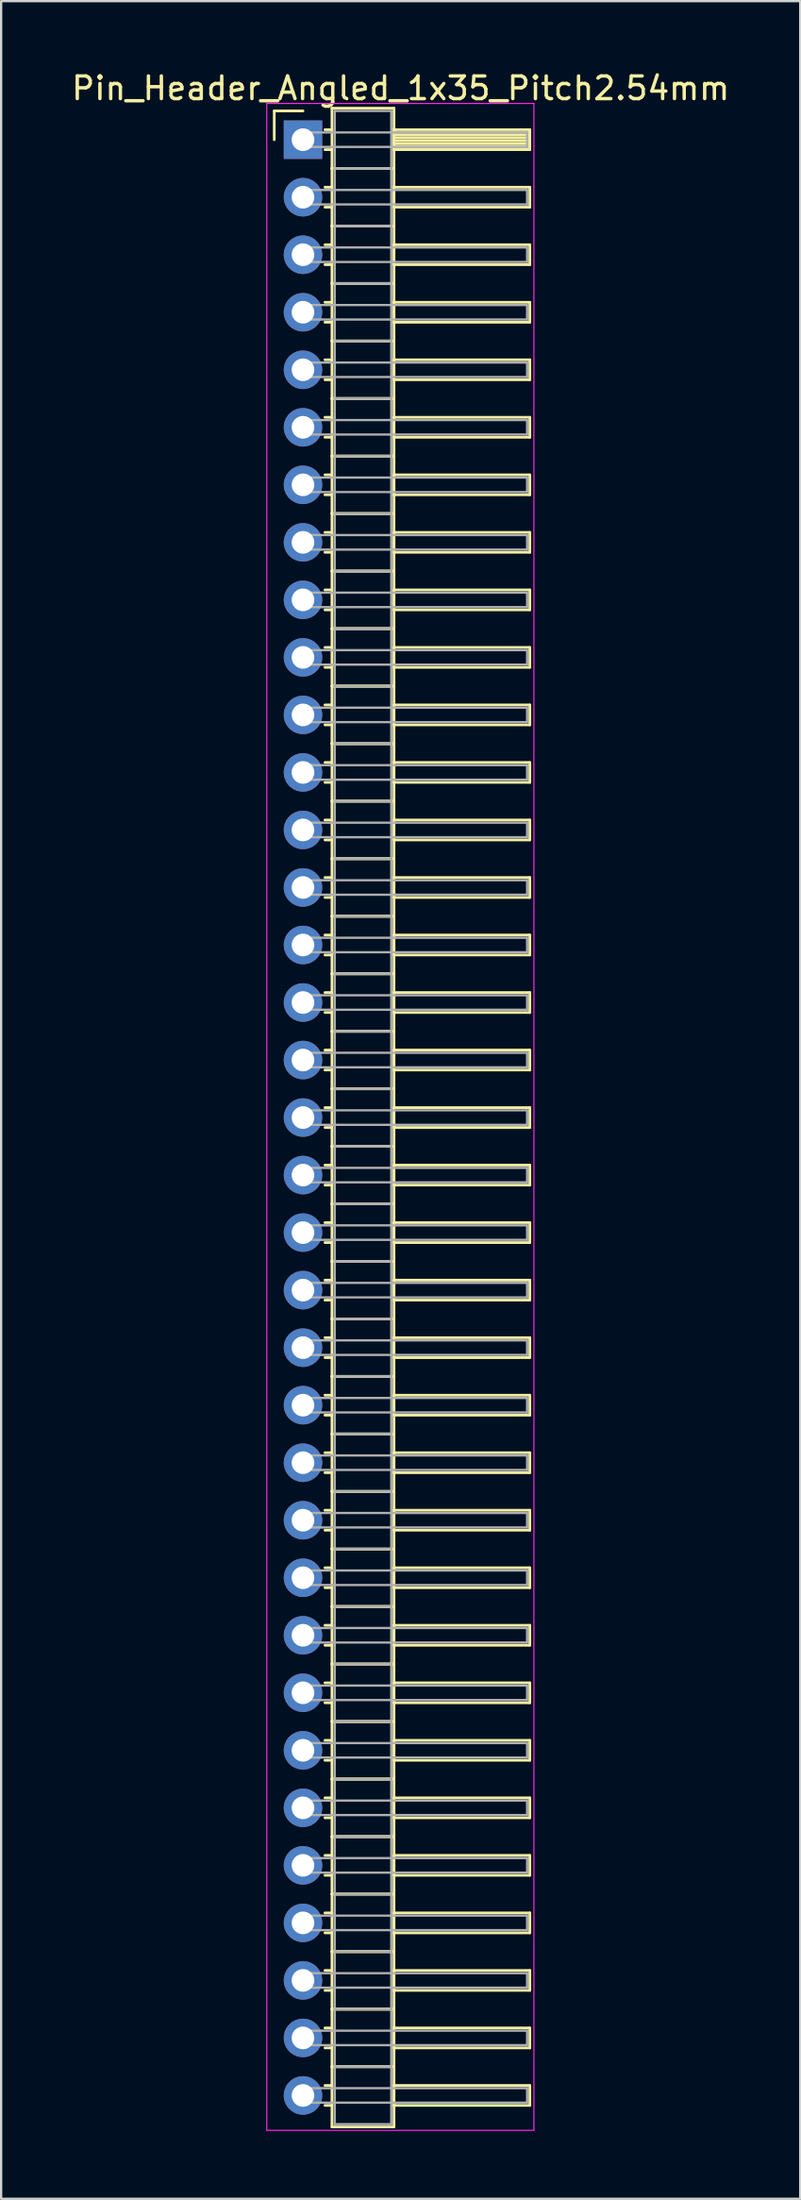
<source format=kicad_pcb>
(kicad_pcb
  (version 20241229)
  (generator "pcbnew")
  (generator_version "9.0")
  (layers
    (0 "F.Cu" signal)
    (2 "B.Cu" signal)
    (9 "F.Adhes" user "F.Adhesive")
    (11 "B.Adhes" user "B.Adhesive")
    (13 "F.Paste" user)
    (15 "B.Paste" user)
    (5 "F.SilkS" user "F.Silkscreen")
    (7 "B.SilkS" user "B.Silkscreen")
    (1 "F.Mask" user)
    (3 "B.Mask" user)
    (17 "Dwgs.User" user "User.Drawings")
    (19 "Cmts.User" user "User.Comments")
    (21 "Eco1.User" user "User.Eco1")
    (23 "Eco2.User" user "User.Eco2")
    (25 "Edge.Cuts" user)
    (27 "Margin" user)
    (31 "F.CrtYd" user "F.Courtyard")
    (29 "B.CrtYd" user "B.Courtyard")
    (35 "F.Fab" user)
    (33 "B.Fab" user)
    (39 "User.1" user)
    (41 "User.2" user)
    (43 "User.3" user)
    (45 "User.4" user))
  (footprint "Pin_Header_Angled_1x35_Pitch2.54mm"
    (layer "F.Cu")
    (at 10.334 3.118)
    (property "Reference" "Pin_Header_Angled_1x35_Pitch2.54mm" (at 4.315 -2.27 0) (layer "F.SilkS") (effects (font (size 1 1) (thickness 0.15))))
    (attr through_hole)
    (fp_line (start -1.27 -1.27) (end 0 -1.27) (stroke (width 0.12) (type solid)) (layer "F.SilkS"))
    (fp_line (start -1.27 0) (end -1.27 -1.27) (stroke (width 0.12) (type solid)) (layer "F.SilkS"))
    (fp_line (start 0.97 -0.44) (end 1.28 -0.44) (stroke (width 0.12) (type solid)) (layer "F.SilkS"))
    (fp_line (start 0.97 0.44) (end 1.28 0.44) (stroke (width 0.12) (type solid)) (layer "F.SilkS"))
    (fp_line (start 0.97 2.1) (end 1.28 2.1) (stroke (width 0.12) (type solid)) (layer "F.SilkS"))
    (fp_line (start 0.97 2.98) (end 1.28 2.98) (stroke (width 0.12) (type solid)) (layer "F.SilkS"))
    (fp_line (start 0.97 4.64) (end 1.28 4.64) (stroke (width 0.12) (type solid)) (layer "F.SilkS"))
    (fp_line (start 0.97 5.52) (end 1.28 5.52) (stroke (width 0.12) (type solid)) (layer "F.SilkS"))
    (fp_line (start 0.97 7.18) (end 1.28 7.18) (stroke (width 0.12) (type solid)) (layer "F.SilkS"))
    (fp_line (start 0.97 8.06) (end 1.28 8.06) (stroke (width 0.12) (type solid)) (layer "F.SilkS"))
    (fp_line (start 0.97 9.72) (end 1.28 9.72) (stroke (width 0.12) (type solid)) (layer "F.SilkS"))
    (fp_line (start 0.97 10.6) (end 1.28 10.6) (stroke (width 0.12) (type solid)) (layer "F.SilkS"))
    (fp_line (start 0.97 12.26) (end 1.28 12.26) (stroke (width 0.12) (type solid)) (layer "F.SilkS"))
    (fp_line (start 0.97 13.14) (end 1.28 13.14) (stroke (width 0.12) (type solid)) (layer "F.SilkS"))
    (fp_line (start 0.97 14.8) (end 1.28 14.8) (stroke (width 0.12) (type solid)) (layer "F.SilkS"))
    (fp_line (start 0.97 15.68) (end 1.28 15.68) (stroke (width 0.12) (type solid)) (layer "F.SilkS"))
    (fp_line (start 0.97 17.34) (end 1.28 17.34) (stroke (width 0.12) (type solid)) (layer "F.SilkS"))
    (fp_line (start 0.97 18.22) (end 1.28 18.22) (stroke (width 0.12) (type solid)) (layer "F.SilkS"))
    (fp_line (start 0.97 19.88) (end 1.28 19.88) (stroke (width 0.12) (type solid)) (layer "F.SilkS"))
    (fp_line (start 0.97 20.76) (end 1.28 20.76) (stroke (width 0.12) (type solid)) (layer "F.SilkS"))
    (fp_line (start 0.97 22.42) (end 1.28 22.42) (stroke (width 0.12) (type solid)) (layer "F.SilkS"))
    (fp_line (start 0.97 23.3) (end 1.28 23.3) (stroke (width 0.12) (type solid)) (layer "F.SilkS"))
    (fp_line (start 0.97 24.96) (end 1.28 24.96) (stroke (width 0.12) (type solid)) (layer "F.SilkS"))
    (fp_line (start 0.97 25.84) (end 1.28 25.84) (stroke (width 0.12) (type solid)) (layer "F.SilkS"))
    (fp_line (start 0.97 27.5) (end 1.28 27.5) (stroke (width 0.12) (type solid)) (layer "F.SilkS"))
    (fp_line (start 0.97 28.38) (end 1.28 28.38) (stroke (width 0.12) (type solid)) (layer "F.SilkS"))
    (fp_line (start 0.97 30.04) (end 1.28 30.04) (stroke (width 0.12) (type solid)) (layer "F.SilkS"))
    (fp_line (start 0.97 30.92) (end 1.28 30.92) (stroke (width 0.12) (type solid)) (layer "F.SilkS"))
    (fp_line (start 0.97 32.58) (end 1.28 32.58) (stroke (width 0.12) (type solid)) (layer "F.SilkS"))
    (fp_line (start 0.97 33.46) (end 1.28 33.46) (stroke (width 0.12) (type solid)) (layer "F.SilkS"))
    (fp_line (start 0.97 35.12) (end 1.28 35.12) (stroke (width 0.12) (type solid)) (layer "F.SilkS"))
    (fp_line (start 0.97 36) (end 1.28 36) (stroke (width 0.12) (type solid)) (layer "F.SilkS"))
    (fp_line (start 0.97 37.66) (end 1.28 37.66) (stroke (width 0.12) (type solid)) (layer "F.SilkS"))
    (fp_line (start 0.97 38.54) (end 1.28 38.54) (stroke (width 0.12) (type solid)) (layer "F.SilkS"))
    (fp_line (start 0.97 40.2) (end 1.28 40.2) (stroke (width 0.12) (type solid)) (layer "F.SilkS"))
    (fp_line (start 0.97 41.08) (end 1.28 41.08) (stroke (width 0.12) (type solid)) (layer "F.SilkS"))
    (fp_line (start 0.97 42.74) (end 1.28 42.74) (stroke (width 0.12) (type solid)) (layer "F.SilkS"))
    (fp_line (start 0.97 43.62) (end 1.28 43.62) (stroke (width 0.12) (type solid)) (layer "F.SilkS"))
    (fp_line (start 0.97 45.28) (end 1.28 45.28) (stroke (width 0.12) (type solid)) (layer "F.SilkS"))
    (fp_line (start 0.97 46.16) (end 1.28 46.16) (stroke (width 0.12) (type solid)) (layer "F.SilkS"))
    (fp_line (start 0.97 47.82) (end 1.28 47.82) (stroke (width 0.12) (type solid)) (layer "F.SilkS"))
    (fp_line (start 0.97 48.7) (end 1.28 48.7) (stroke (width 0.12) (type solid)) (layer "F.SilkS"))
    (fp_line (start 0.97 50.36) (end 1.28 50.36) (stroke (width 0.12) (type solid)) (layer "F.SilkS"))
    (fp_line (start 0.97 51.24) (end 1.28 51.24) (stroke (width 0.12) (type solid)) (layer "F.SilkS"))
    (fp_line (start 0.97 52.9) (end 1.28 52.9) (stroke (width 0.12) (type solid)) (layer "F.SilkS"))
    (fp_line (start 0.97 53.78) (end 1.28 53.78) (stroke (width 0.12) (type solid)) (layer "F.SilkS"))
    (fp_line (start 0.97 55.44) (end 1.28 55.44) (stroke (width 0.12) (type solid)) (layer "F.SilkS"))
    (fp_line (start 0.97 56.32) (end 1.28 56.32) (stroke (width 0.12) (type solid)) (layer "F.SilkS"))
    (fp_line (start 0.97 57.98) (end 1.28 57.98) (stroke (width 0.12) (type solid)) (layer "F.SilkS"))
    (fp_line (start 0.97 58.86) (end 1.28 58.86) (stroke (width 0.12) (type solid)) (layer "F.SilkS"))
    (fp_line (start 0.97 60.52) (end 1.28 60.52) (stroke (width 0.12) (type solid)) (layer "F.SilkS"))
    (fp_line (start 0.97 61.4) (end 1.28 61.4) (stroke (width 0.12) (type solid)) (layer "F.SilkS"))
    (fp_line (start 0.97 63.06) (end 1.28 63.06) (stroke (width 0.12) (type solid)) (layer "F.SilkS"))
    (fp_line (start 0.97 63.94) (end 1.28 63.94) (stroke (width 0.12) (type solid)) (layer "F.SilkS"))
    (fp_line (start 0.97 65.6) (end 1.28 65.6) (stroke (width 0.12) (type solid)) (layer "F.SilkS"))
    (fp_line (start 0.97 66.48) (end 1.28 66.48) (stroke (width 0.12) (type solid)) (layer "F.SilkS"))
    (fp_line (start 0.97 68.14) (end 1.28 68.14) (stroke (width 0.12) (type solid)) (layer "F.SilkS"))
    (fp_line (start 0.97 69.02) (end 1.28 69.02) (stroke (width 0.12) (type solid)) (layer "F.SilkS"))
    (fp_line (start 0.97 70.68) (end 1.28 70.68) (stroke (width 0.12) (type solid)) (layer "F.SilkS"))
    (fp_line (start 0.97 71.56) (end 1.28 71.56) (stroke (width 0.12) (type solid)) (layer "F.SilkS"))
    (fp_line (start 0.97 73.22) (end 1.28 73.22) (stroke (width 0.12) (type solid)) (layer "F.SilkS"))
    (fp_line (start 0.97 74.1) (end 1.28 74.1) (stroke (width 0.12) (type solid)) (layer "F.SilkS"))
    (fp_line (start 0.97 75.76) (end 1.28 75.76) (stroke (width 0.12) (type solid)) (layer "F.SilkS"))
    (fp_line (start 0.97 76.64) (end 1.28 76.64) (stroke (width 0.12) (type solid)) (layer "F.SilkS"))
    (fp_line (start 0.97 78.3) (end 1.28 78.3) (stroke (width 0.12) (type solid)) (layer "F.SilkS"))
    (fp_line (start 0.97 79.18) (end 1.28 79.18) (stroke (width 0.12) (type solid)) (layer "F.SilkS"))
    (fp_line (start 0.97 80.84) (end 1.28 80.84) (stroke (width 0.12) (type solid)) (layer "F.SilkS"))
    (fp_line (start 0.97 81.72) (end 1.28 81.72) (stroke (width 0.12) (type solid)) (layer "F.SilkS"))
    (fp_line (start 0.97 83.38) (end 1.28 83.38) (stroke (width 0.12) (type solid)) (layer "F.SilkS"))
    (fp_line (start 0.97 84.26) (end 1.28 84.26) (stroke (width 0.12) (type solid)) (layer "F.SilkS"))
    (fp_line (start 0.97 85.92) (end 1.28 85.92) (stroke (width 0.12) (type solid)) (layer "F.SilkS"))
    (fp_line (start 0.97 86.8) (end 1.28 86.8) (stroke (width 0.12) (type solid)) (layer "F.SilkS"))
    (fp_line (start 1.28 -1.39) (end 1.28 1.27) (stroke (width 0.12) (type solid)) (layer "F.SilkS"))
    (fp_line (start 1.28 1.27) (end 1.28 3.81) (stroke (width 0.12) (type solid)) (layer "F.SilkS"))
    (fp_line (start 1.28 1.27) (end 4.02 1.27) (stroke (width 0.12) (type solid)) (layer "F.SilkS"))
    (fp_line (start 1.28 3.81) (end 1.28 6.35) (stroke (width 0.12) (type solid)) (layer "F.SilkS"))
    (fp_line (start 1.28 3.81) (end 4.02 3.81) (stroke (width 0.12) (type solid)) (layer "F.SilkS"))
    (fp_line (start 1.28 6.35) (end 1.28 8.89) (stroke (width 0.12) (type solid)) (layer "F.SilkS"))
    (fp_line (start 1.28 6.35) (end 4.02 6.35) (stroke (width 0.12) (type solid)) (layer "F.SilkS"))
    (fp_line (start 1.28 8.89) (end 1.28 11.43) (stroke (width 0.12) (type solid)) (layer "F.SilkS"))
    (fp_line (start 1.28 8.89) (end 4.02 8.89) (stroke (width 0.12) (type solid)) (layer "F.SilkS"))
    (fp_line (start 1.28 11.43) (end 1.28 13.97) (stroke (width 0.12) (type solid)) (layer "F.SilkS"))
    (fp_line (start 1.28 11.43) (end 4.02 11.43) (stroke (width 0.12) (type solid)) (layer "F.SilkS"))
    (fp_line (start 1.28 13.97) (end 1.28 16.51) (stroke (width 0.12) (type solid)) (layer "F.SilkS"))
    (fp_line (start 1.28 13.97) (end 4.02 13.97) (stroke (width 0.12) (type solid)) (layer "F.SilkS"))
    (fp_line (start 1.28 16.51) (end 1.28 19.05) (stroke (width 0.12) (type solid)) (layer "F.SilkS"))
    (fp_line (start 1.28 16.51) (end 4.02 16.51) (stroke (width 0.12) (type solid)) (layer "F.SilkS"))
    (fp_line (start 1.28 19.05) (end 1.28 21.59) (stroke (width 0.12) (type solid)) (layer "F.SilkS"))
    (fp_line (start 1.28 19.05) (end 4.02 19.05) (stroke (width 0.12) (type solid)) (layer "F.SilkS"))
    (fp_line (start 1.28 21.59) (end 1.28 24.13) (stroke (width 0.12) (type solid)) (layer "F.SilkS"))
    (fp_line (start 1.28 21.59) (end 4.02 21.59) (stroke (width 0.12) (type solid)) (layer "F.SilkS"))
    (fp_line (start 1.28 24.13) (end 1.28 26.67) (stroke (width 0.12) (type solid)) (layer "F.SilkS"))
    (fp_line (start 1.28 24.13) (end 4.02 24.13) (stroke (width 0.12) (type solid)) (layer "F.SilkS"))
    (fp_line (start 1.28 26.67) (end 1.28 29.21) (stroke (width 0.12) (type solid)) (layer "F.SilkS"))
    (fp_line (start 1.28 26.67) (end 4.02 26.67) (stroke (width 0.12) (type solid)) (layer "F.SilkS"))
    (fp_line (start 1.28 29.21) (end 1.28 31.75) (stroke (width 0.12) (type solid)) (layer "F.SilkS"))
    (fp_line (start 1.28 29.21) (end 4.02 29.21) (stroke (width 0.12) (type solid)) (layer "F.SilkS"))
    (fp_line (start 1.28 31.75) (end 1.28 34.29) (stroke (width 0.12) (type solid)) (layer "F.SilkS"))
    (fp_line (start 1.28 31.75) (end 4.02 31.75) (stroke (width 0.12) (type solid)) (layer "F.SilkS"))
    (fp_line (start 1.28 34.29) (end 1.28 36.83) (stroke (width 0.12) (type solid)) (layer "F.SilkS"))
    (fp_line (start 1.28 34.29) (end 4.02 34.29) (stroke (width 0.12) (type solid)) (layer "F.SilkS"))
    (fp_line (start 1.28 36.83) (end 1.28 39.37) (stroke (width 0.12) (type solid)) (layer "F.SilkS"))
    (fp_line (start 1.28 36.83) (end 4.02 36.83) (stroke (width 0.12) (type solid)) (layer "F.SilkS"))
    (fp_line (start 1.28 39.37) (end 1.28 41.91) (stroke (width 0.12) (type solid)) (layer "F.SilkS"))
    (fp_line (start 1.28 39.37) (end 4.02 39.37) (stroke (width 0.12) (type solid)) (layer "F.SilkS"))
    (fp_line (start 1.28 41.91) (end 1.28 44.45) (stroke (width 0.12) (type solid)) (layer "F.SilkS"))
    (fp_line (start 1.28 41.91) (end 4.02 41.91) (stroke (width 0.12) (type solid)) (layer "F.SilkS"))
    (fp_line (start 1.28 44.45) (end 1.28 46.99) (stroke (width 0.12) (type solid)) (layer "F.SilkS"))
    (fp_line (start 1.28 44.45) (end 4.02 44.45) (stroke (width 0.12) (type solid)) (layer "F.SilkS"))
    (fp_line (start 1.28 46.99) (end 1.28 49.53) (stroke (width 0.12) (type solid)) (layer "F.SilkS"))
    (fp_line (start 1.28 46.99) (end 4.02 46.99) (stroke (width 0.12) (type solid)) (layer "F.SilkS"))
    (fp_line (start 1.28 49.53) (end 1.28 52.07) (stroke (width 0.12) (type solid)) (layer "F.SilkS"))
    (fp_line (start 1.28 49.53) (end 4.02 49.53) (stroke (width 0.12) (type solid)) (layer "F.SilkS"))
    (fp_line (start 1.28 52.07) (end 1.28 54.61) (stroke (width 0.12) (type solid)) (layer "F.SilkS"))
    (fp_line (start 1.28 52.07) (end 4.02 52.07) (stroke (width 0.12) (type solid)) (layer "F.SilkS"))
    (fp_line (start 1.28 54.61) (end 1.28 57.15) (stroke (width 0.12) (type solid)) (layer "F.SilkS"))
    (fp_line (start 1.28 54.61) (end 4.02 54.61) (stroke (width 0.12) (type solid)) (layer "F.SilkS"))
    (fp_line (start 1.28 57.15) (end 1.28 59.69) (stroke (width 0.12) (type solid)) (layer "F.SilkS"))
    (fp_line (start 1.28 57.15) (end 4.02 57.15) (stroke (width 0.12) (type solid)) (layer "F.SilkS"))
    (fp_line (start 1.28 59.69) (end 1.28 62.23) (stroke (width 0.12) (type solid)) (layer "F.SilkS"))
    (fp_line (start 1.28 59.69) (end 4.02 59.69) (stroke (width 0.12) (type solid)) (layer "F.SilkS"))
    (fp_line (start 1.28 62.23) (end 1.28 64.77) (stroke (width 0.12) (type solid)) (layer "F.SilkS"))
    (fp_line (start 1.28 62.23) (end 4.02 62.23) (stroke (width 0.12) (type solid)) (layer "F.SilkS"))
    (fp_line (start 1.28 64.77) (end 1.28 67.31) (stroke (width 0.12) (type solid)) (layer "F.SilkS"))
    (fp_line (start 1.28 64.77) (end 4.02 64.77) (stroke (width 0.12) (type solid)) (layer "F.SilkS"))
    (fp_line (start 1.28 67.31) (end 1.28 69.85) (stroke (width 0.12) (type solid)) (layer "F.SilkS"))
    (fp_line (start 1.28 67.31) (end 4.02 67.31) (stroke (width 0.12) (type solid)) (layer "F.SilkS"))
    (fp_line (start 1.28 69.85) (end 1.28 72.39) (stroke (width 0.12) (type solid)) (layer "F.SilkS"))
    (fp_line (start 1.28 69.85) (end 4.02 69.85) (stroke (width 0.12) (type solid)) (layer "F.SilkS"))
    (fp_line (start 1.28 72.39) (end 1.28 74.93) (stroke (width 0.12) (type solid)) (layer "F.SilkS"))
    (fp_line (start 1.28 72.39) (end 4.02 72.39) (stroke (width 0.12) (type solid)) (layer "F.SilkS"))
    (fp_line (start 1.28 74.93) (end 1.28 77.47) (stroke (width 0.12) (type solid)) (layer "F.SilkS"))
    (fp_line (start 1.28 74.93) (end 4.02 74.93) (stroke (width 0.12) (type solid)) (layer "F.SilkS"))
    (fp_line (start 1.28 77.47) (end 1.28 80.01) (stroke (width 0.12) (type solid)) (layer "F.SilkS"))
    (fp_line (start 1.28 77.47) (end 4.02 77.47) (stroke (width 0.12) (type solid)) (layer "F.SilkS"))
    (fp_line (start 1.28 80.01) (end 1.28 82.55) (stroke (width 0.12) (type solid)) (layer "F.SilkS"))
    (fp_line (start 1.28 80.01) (end 4.02 80.01) (stroke (width 0.12) (type solid)) (layer "F.SilkS"))
    (fp_line (start 1.28 82.55) (end 1.28 85.09) (stroke (width 0.12) (type solid)) (layer "F.SilkS"))
    (fp_line (start 1.28 82.55) (end 4.02 82.55) (stroke (width 0.12) (type solid)) (layer "F.SilkS"))
    (fp_line (start 1.28 85.09) (end 1.28 87.75) (stroke (width 0.12) (type solid)) (layer "F.SilkS"))
    (fp_line (start 1.28 85.09) (end 4.02 85.09) (stroke (width 0.12) (type solid)) (layer "F.SilkS"))
    (fp_line (start 1.28 87.75) (end 4.02 87.75) (stroke (width 0.12) (type solid)) (layer "F.SilkS"))
    (fp_line (start 4.02 -1.39) (end 1.28 -1.39) (stroke (width 0.12) (type solid)) (layer "F.SilkS"))
    (fp_line (start 4.02 -0.44) (end 4.02 0.44) (stroke (width 0.12) (type solid)) (layer "F.SilkS"))
    (fp_line (start 4.02 -0.32) (end 10.02 -0.32) (stroke (width 0.12) (type solid)) (layer "F.SilkS"))
    (fp_line (start 4.02 -0.2) (end 10.02 -0.2) (stroke (width 0.12) (type solid)) (layer "F.SilkS"))
    (fp_line (start 4.02 -0.08) (end 10.02 -0.08) (stroke (width 0.12) (type solid)) (layer "F.SilkS"))
    (fp_line (start 4.02 0.04) (end 10.02 0.04) (stroke (width 0.12) (type solid)) (layer "F.SilkS"))
    (fp_line (start 4.02 0.16) (end 10.02 0.16) (stroke (width 0.12) (type solid)) (layer "F.SilkS"))
    (fp_line (start 4.02 0.28) (end 10.02 0.28) (stroke (width 0.12) (type solid)) (layer "F.SilkS"))
    (fp_line (start 4.02 0.4) (end 10.02 0.4) (stroke (width 0.12) (type solid)) (layer "F.SilkS"))
    (fp_line (start 4.02 0.44) (end 10.02 0.44) (stroke (width 0.12) (type solid)) (layer "F.SilkS"))
    (fp_line (start 4.02 1.27) (end 1.28 1.27) (stroke (width 0.12) (type solid)) (layer "F.SilkS"))
    (fp_line (start 4.02 1.27) (end 4.02 -1.39) (stroke (width 0.12) (type solid)) (layer "F.SilkS"))
    (fp_line (start 4.02 2.1) (end 4.02 2.98) (stroke (width 0.12) (type solid)) (layer "F.SilkS"))
    (fp_line (start 4.02 2.98) (end 10.02 2.98) (stroke (width 0.12) (type solid)) (layer "F.SilkS"))
    (fp_line (start 4.02 3.81) (end 1.28 3.81) (stroke (width 0.12) (type solid)) (layer "F.SilkS"))
    (fp_line (start 4.02 3.81) (end 4.02 1.27) (stroke (width 0.12) (type solid)) (layer "F.SilkS"))
    (fp_line (start 4.02 4.64) (end 4.02 5.52) (stroke (width 0.12) (type solid)) (layer "F.SilkS"))
    (fp_line (start 4.02 5.52) (end 10.02 5.52) (stroke (width 0.12) (type solid)) (layer "F.SilkS"))
    (fp_line (start 4.02 6.35) (end 1.28 6.35) (stroke (width 0.12) (type solid)) (layer "F.SilkS"))
    (fp_line (start 4.02 6.35) (end 4.02 3.81) (stroke (width 0.12) (type solid)) (layer "F.SilkS"))
    (fp_line (start 4.02 7.18) (end 4.02 8.06) (stroke (width 0.12) (type solid)) (layer "F.SilkS"))
    (fp_line (start 4.02 8.06) (end 10.02 8.06) (stroke (width 0.12) (type solid)) (layer "F.SilkS"))
    (fp_line (start 4.02 8.89) (end 1.28 8.89) (stroke (width 0.12) (type solid)) (layer "F.SilkS"))
    (fp_line (start 4.02 8.89) (end 4.02 6.35) (stroke (width 0.12) (type solid)) (layer "F.SilkS"))
    (fp_line (start 4.02 9.72) (end 4.02 10.6) (stroke (width 0.12) (type solid)) (layer "F.SilkS"))
    (fp_line (start 4.02 10.6) (end 10.02 10.6) (stroke (width 0.12) (type solid)) (layer "F.SilkS"))
    (fp_line (start 4.02 11.43) (end 1.28 11.43) (stroke (width 0.12) (type solid)) (layer "F.SilkS"))
    (fp_line (start 4.02 11.43) (end 4.02 8.89) (stroke (width 0.12) (type solid)) (layer "F.SilkS"))
    (fp_line (start 4.02 12.26) (end 4.02 13.14) (stroke (width 0.12) (type solid)) (layer "F.SilkS"))
    (fp_line (start 4.02 13.14) (end 10.02 13.14) (stroke (width 0.12) (type solid)) (layer "F.SilkS"))
    (fp_line (start 4.02 13.97) (end 1.28 13.97) (stroke (width 0.12) (type solid)) (layer "F.SilkS"))
    (fp_line (start 4.02 13.97) (end 4.02 11.43) (stroke (width 0.12) (type solid)) (layer "F.SilkS"))
    (fp_line (start 4.02 14.8) (end 4.02 15.68) (stroke (width 0.12) (type solid)) (layer "F.SilkS"))
    (fp_line (start 4.02 15.68) (end 10.02 15.68) (stroke (width 0.12) (type solid)) (layer "F.SilkS"))
    (fp_line (start 4.02 16.51) (end 1.28 16.51) (stroke (width 0.12) (type solid)) (layer "F.SilkS"))
    (fp_line (start 4.02 16.51) (end 4.02 13.97) (stroke (width 0.12) (type solid)) (layer "F.SilkS"))
    (fp_line (start 4.02 17.34) (end 4.02 18.22) (stroke (width 0.12) (type solid)) (layer "F.SilkS"))
    (fp_line (start 4.02 18.22) (end 10.02 18.22) (stroke (width 0.12) (type solid)) (layer "F.SilkS"))
    (fp_line (start 4.02 19.05) (end 1.28 19.05) (stroke (width 0.12) (type solid)) (layer "F.SilkS"))
    (fp_line (start 4.02 19.05) (end 4.02 16.51) (stroke (width 0.12) (type solid)) (layer "F.SilkS"))
    (fp_line (start 4.02 19.88) (end 4.02 20.76) (stroke (width 0.12) (type solid)) (layer "F.SilkS"))
    (fp_line (start 4.02 20.76) (end 10.02 20.76) (stroke (width 0.12) (type solid)) (layer "F.SilkS"))
    (fp_line (start 4.02 21.59) (end 1.28 21.59) (stroke (width 0.12) (type solid)) (layer "F.SilkS"))
    (fp_line (start 4.02 21.59) (end 4.02 19.05) (stroke (width 0.12) (type solid)) (layer "F.SilkS"))
    (fp_line (start 4.02 22.42) (end 4.02 23.3) (stroke (width 0.12) (type solid)) (layer "F.SilkS"))
    (fp_line (start 4.02 23.3) (end 10.02 23.3) (stroke (width 0.12) (type solid)) (layer "F.SilkS"))
    (fp_line (start 4.02 24.13) (end 1.28 24.13) (stroke (width 0.12) (type solid)) (layer "F.SilkS"))
    (fp_line (start 4.02 24.13) (end 4.02 21.59) (stroke (width 0.12) (type solid)) (layer "F.SilkS"))
    (fp_line (start 4.02 24.96) (end 4.02 25.84) (stroke (width 0.12) (type solid)) (layer "F.SilkS"))
    (fp_line (start 4.02 25.84) (end 10.02 25.84) (stroke (width 0.12) (type solid)) (layer "F.SilkS"))
    (fp_line (start 4.02 26.67) (end 1.28 26.67) (stroke (width 0.12) (type solid)) (layer "F.SilkS"))
    (fp_line (start 4.02 26.67) (end 4.02 24.13) (stroke (width 0.12) (type solid)) (layer "F.SilkS"))
    (fp_line (start 4.02 27.5) (end 4.02 28.38) (stroke (width 0.12) (type solid)) (layer "F.SilkS"))
    (fp_line (start 4.02 28.38) (end 10.02 28.38) (stroke (width 0.12) (type solid)) (layer "F.SilkS"))
    (fp_line (start 4.02 29.21) (end 1.28 29.21) (stroke (width 0.12) (type solid)) (layer "F.SilkS"))
    (fp_line (start 4.02 29.21) (end 4.02 26.67) (stroke (width 0.12) (type solid)) (layer "F.SilkS"))
    (fp_line (start 4.02 30.04) (end 4.02 30.92) (stroke (width 0.12) (type solid)) (layer "F.SilkS"))
    (fp_line (start 4.02 30.92) (end 10.02 30.92) (stroke (width 0.12) (type solid)) (layer "F.SilkS"))
    (fp_line (start 4.02 31.75) (end 1.28 31.75) (stroke (width 0.12) (type solid)) (layer "F.SilkS"))
    (fp_line (start 4.02 31.75) (end 4.02 29.21) (stroke (width 0.12) (type solid)) (layer "F.SilkS"))
    (fp_line (start 4.02 32.58) (end 4.02 33.46) (stroke (width 0.12) (type solid)) (layer "F.SilkS"))
    (fp_line (start 4.02 33.46) (end 10.02 33.46) (stroke (width 0.12) (type solid)) (layer "F.SilkS"))
    (fp_line (start 4.02 34.29) (end 1.28 34.29) (stroke (width 0.12) (type solid)) (layer "F.SilkS"))
    (fp_line (start 4.02 34.29) (end 4.02 31.75) (stroke (width 0.12) (type solid)) (layer "F.SilkS"))
    (fp_line (start 4.02 35.12) (end 4.02 36) (stroke (width 0.12) (type solid)) (layer "F.SilkS"))
    (fp_line (start 4.02 36) (end 10.02 36) (stroke (width 0.12) (type solid)) (layer "F.SilkS"))
    (fp_line (start 4.02 36.83) (end 1.28 36.83) (stroke (width 0.12) (type solid)) (layer "F.SilkS"))
    (fp_line (start 4.02 36.83) (end 4.02 34.29) (stroke (width 0.12) (type solid)) (layer "F.SilkS"))
    (fp_line (start 4.02 37.66) (end 4.02 38.54) (stroke (width 0.12) (type solid)) (layer "F.SilkS"))
    (fp_line (start 4.02 38.54) (end 10.02 38.54) (stroke (width 0.12) (type solid)) (layer "F.SilkS"))
    (fp_line (start 4.02 39.37) (end 1.28 39.37) (stroke (width 0.12) (type solid)) (layer "F.SilkS"))
    (fp_line (start 4.02 39.37) (end 4.02 36.83) (stroke (width 0.12) (type solid)) (layer "F.SilkS"))
    (fp_line (start 4.02 40.2) (end 4.02 41.08) (stroke (width 0.12) (type solid)) (layer "F.SilkS"))
    (fp_line (start 4.02 41.08) (end 10.02 41.08) (stroke (width 0.12) (type solid)) (layer "F.SilkS"))
    (fp_line (start 4.02 41.91) (end 1.28 41.91) (stroke (width 0.12) (type solid)) (layer "F.SilkS"))
    (fp_line (start 4.02 41.91) (end 4.02 39.37) (stroke (width 0.12) (type solid)) (layer "F.SilkS"))
    (fp_line (start 4.02 42.74) (end 4.02 43.62) (stroke (width 0.12) (type solid)) (layer "F.SilkS"))
    (fp_line (start 4.02 43.62) (end 10.02 43.62) (stroke (width 0.12) (type solid)) (layer "F.SilkS"))
    (fp_line (start 4.02 44.45) (end 1.28 44.45) (stroke (width 0.12) (type solid)) (layer "F.SilkS"))
    (fp_line (start 4.02 44.45) (end 4.02 41.91) (stroke (width 0.12) (type solid)) (layer "F.SilkS"))
    (fp_line (start 4.02 45.28) (end 4.02 46.16) (stroke (width 0.12) (type solid)) (layer "F.SilkS"))
    (fp_line (start 4.02 46.16) (end 10.02 46.16) (stroke (width 0.12) (type solid)) (layer "F.SilkS"))
    (fp_line (start 4.02 46.99) (end 1.28 46.99) (stroke (width 0.12) (type solid)) (layer "F.SilkS"))
    (fp_line (start 4.02 46.99) (end 4.02 44.45) (stroke (width 0.12) (type solid)) (layer "F.SilkS"))
    (fp_line (start 4.02 47.82) (end 4.02 48.7) (stroke (width 0.12) (type solid)) (layer "F.SilkS"))
    (fp_line (start 4.02 48.7) (end 10.02 48.7) (stroke (width 0.12) (type solid)) (layer "F.SilkS"))
    (fp_line (start 4.02 49.53) (end 1.28 49.53) (stroke (width 0.12) (type solid)) (layer "F.SilkS"))
    (fp_line (start 4.02 49.53) (end 4.02 46.99) (stroke (width 0.12) (type solid)) (layer "F.SilkS"))
    (fp_line (start 4.02 50.36) (end 4.02 51.24) (stroke (width 0.12) (type solid)) (layer "F.SilkS"))
    (fp_line (start 4.02 51.24) (end 10.02 51.24) (stroke (width 0.12) (type solid)) (layer "F.SilkS"))
    (fp_line (start 4.02 52.07) (end 1.28 52.07) (stroke (width 0.12) (type solid)) (layer "F.SilkS"))
    (fp_line (start 4.02 52.07) (end 4.02 49.53) (stroke (width 0.12) (type solid)) (layer "F.SilkS"))
    (fp_line (start 4.02 52.9) (end 4.02 53.78) (stroke (width 0.12) (type solid)) (layer "F.SilkS"))
    (fp_line (start 4.02 53.78) (end 10.02 53.78) (stroke (width 0.12) (type solid)) (layer "F.SilkS"))
    (fp_line (start 4.02 54.61) (end 1.28 54.61) (stroke (width 0.12) (type solid)) (layer "F.SilkS"))
    (fp_line (start 4.02 54.61) (end 4.02 52.07) (stroke (width 0.12) (type solid)) (layer "F.SilkS"))
    (fp_line (start 4.02 55.44) (end 4.02 56.32) (stroke (width 0.12) (type solid)) (layer "F.SilkS"))
    (fp_line (start 4.02 56.32) (end 10.02 56.32) (stroke (width 0.12) (type solid)) (layer "F.SilkS"))
    (fp_line (start 4.02 57.15) (end 1.28 57.15) (stroke (width 0.12) (type solid)) (layer "F.SilkS"))
    (fp_line (start 4.02 57.15) (end 4.02 54.61) (stroke (width 0.12) (type solid)) (layer "F.SilkS"))
    (fp_line (start 4.02 57.98) (end 4.02 58.86) (stroke (width 0.12) (type solid)) (layer "F.SilkS"))
    (fp_line (start 4.02 58.86) (end 10.02 58.86) (stroke (width 0.12) (type solid)) (layer "F.SilkS"))
    (fp_line (start 4.02 59.69) (end 1.28 59.69) (stroke (width 0.12) (type solid)) (layer "F.SilkS"))
    (fp_line (start 4.02 59.69) (end 4.02 57.15) (stroke (width 0.12) (type solid)) (layer "F.SilkS"))
    (fp_line (start 4.02 60.52) (end 4.02 61.4) (stroke (width 0.12) (type solid)) (layer "F.SilkS"))
    (fp_line (start 4.02 61.4) (end 10.02 61.4) (stroke (width 0.12) (type solid)) (layer "F.SilkS"))
    (fp_line (start 4.02 62.23) (end 1.28 62.23) (stroke (width 0.12) (type solid)) (layer "F.SilkS"))
    (fp_line (start 4.02 62.23) (end 4.02 59.69) (stroke (width 0.12) (type solid)) (layer "F.SilkS"))
    (fp_line (start 4.02 63.06) (end 4.02 63.94) (stroke (width 0.12) (type solid)) (layer "F.SilkS"))
    (fp_line (start 4.02 63.94) (end 10.02 63.94) (stroke (width 0.12) (type solid)) (layer "F.SilkS"))
    (fp_line (start 4.02 64.77) (end 1.28 64.77) (stroke (width 0.12) (type solid)) (layer "F.SilkS"))
    (fp_line (start 4.02 64.77) (end 4.02 62.23) (stroke (width 0.12) (type solid)) (layer "F.SilkS"))
    (fp_line (start 4.02 65.6) (end 4.02 66.48) (stroke (width 0.12) (type solid)) (layer "F.SilkS"))
    (fp_line (start 4.02 66.48) (end 10.02 66.48) (stroke (width 0.12) (type solid)) (layer "F.SilkS"))
    (fp_line (start 4.02 67.31) (end 1.28 67.31) (stroke (width 0.12) (type solid)) (layer "F.SilkS"))
    (fp_line (start 4.02 67.31) (end 4.02 64.77) (stroke (width 0.12) (type solid)) (layer "F.SilkS"))
    (fp_line (start 4.02 68.14) (end 4.02 69.02) (stroke (width 0.12) (type solid)) (layer "F.SilkS"))
    (fp_line (start 4.02 69.02) (end 10.02 69.02) (stroke (width 0.12) (type solid)) (layer "F.SilkS"))
    (fp_line (start 4.02 69.85) (end 1.28 69.85) (stroke (width 0.12) (type solid)) (layer "F.SilkS"))
    (fp_line (start 4.02 69.85) (end 4.02 67.31) (stroke (width 0.12) (type solid)) (layer "F.SilkS"))
    (fp_line (start 4.02 70.68) (end 4.02 71.56) (stroke (width 0.12) (type solid)) (layer "F.SilkS"))
    (fp_line (start 4.02 71.56) (end 10.02 71.56) (stroke (width 0.12) (type solid)) (layer "F.SilkS"))
    (fp_line (start 4.02 72.39) (end 1.28 72.39) (stroke (width 0.12) (type solid)) (layer "F.SilkS"))
    (fp_line (start 4.02 72.39) (end 4.02 69.85) (stroke (width 0.12) (type solid)) (layer "F.SilkS"))
    (fp_line (start 4.02 73.22) (end 4.02 74.1) (stroke (width 0.12) (type solid)) (layer "F.SilkS"))
    (fp_line (start 4.02 74.1) (end 10.02 74.1) (stroke (width 0.12) (type solid)) (layer "F.SilkS"))
    (fp_line (start 4.02 74.93) (end 1.28 74.93) (stroke (width 0.12) (type solid)) (layer "F.SilkS"))
    (fp_line (start 4.02 74.93) (end 4.02 72.39) (stroke (width 0.12) (type solid)) (layer "F.SilkS"))
    (fp_line (start 4.02 75.76) (end 4.02 76.64) (stroke (width 0.12) (type solid)) (layer "F.SilkS"))
    (fp_line (start 4.02 76.64) (end 10.02 76.64) (stroke (width 0.12) (type solid)) (layer "F.SilkS"))
    (fp_line (start 4.02 77.47) (end 1.28 77.47) (stroke (width 0.12) (type solid)) (layer "F.SilkS"))
    (fp_line (start 4.02 77.47) (end 4.02 74.93) (stroke (width 0.12) (type solid)) (layer "F.SilkS"))
    (fp_line (start 4.02 78.3) (end 4.02 79.18) (stroke (width 0.12) (type solid)) (layer "F.SilkS"))
    (fp_line (start 4.02 79.18) (end 10.02 79.18) (stroke (width 0.12) (type solid)) (layer "F.SilkS"))
    (fp_line (start 4.02 80.01) (end 1.28 80.01) (stroke (width 0.12) (type solid)) (layer "F.SilkS"))
    (fp_line (start 4.02 80.01) (end 4.02 77.47) (stroke (width 0.12) (type solid)) (layer "F.SilkS"))
    (fp_line (start 4.02 80.84) (end 4.02 81.72) (stroke (width 0.12) (type solid)) (layer "F.SilkS"))
    (fp_line (start 4.02 81.72) (end 10.02 81.72) (stroke (width 0.12) (type solid)) (layer "F.SilkS"))
    (fp_line (start 4.02 82.55) (end 1.28 82.55) (stroke (width 0.12) (type solid)) (layer "F.SilkS"))
    (fp_line (start 4.02 82.55) (end 4.02 80.01) (stroke (width 0.12) (type solid)) (layer "F.SilkS"))
    (fp_line (start 4.02 83.38) (end 4.02 84.26) (stroke (width 0.12) (type solid)) (layer "F.SilkS"))
    (fp_line (start 4.02 84.26) (end 10.02 84.26) (stroke (width 0.12) (type solid)) (layer "F.SilkS"))
    (fp_line (start 4.02 85.09) (end 1.28 85.09) (stroke (width 0.12) (type solid)) (layer "F.SilkS"))
    (fp_line (start 4.02 85.09) (end 4.02 82.55) (stroke (width 0.12) (type solid)) (layer "F.SilkS"))
    (fp_line (start 4.02 85.92) (end 4.02 86.8) (stroke (width 0.12) (type solid)) (layer "F.SilkS"))
    (fp_line (start 4.02 86.8) (end 10.02 86.8) (stroke (width 0.12) (type solid)) (layer "F.SilkS"))
    (fp_line (start 4.02 87.75) (end 4.02 85.09) (stroke (width 0.12) (type solid)) (layer "F.SilkS"))
    (fp_line (start 10.02 -0.44) (end 4.02 -0.44) (stroke (width 0.12) (type solid)) (layer "F.SilkS"))
    (fp_line (start 10.02 0.44) (end 10.02 -0.44) (stroke (width 0.12) (type solid)) (layer "F.SilkS"))
    (fp_line (start 10.02 2.1) (end 4.02 2.1) (stroke (width 0.12) (type solid)) (layer "F.SilkS"))
    (fp_line (start 10.02 2.98) (end 10.02 2.1) (stroke (width 0.12) (type solid)) (layer "F.SilkS"))
    (fp_line (start 10.02 4.64) (end 4.02 4.64) (stroke (width 0.12) (type solid)) (layer "F.SilkS"))
    (fp_line (start 10.02 5.52) (end 10.02 4.64) (stroke (width 0.12) (type solid)) (layer "F.SilkS"))
    (fp_line (start 10.02 7.18) (end 4.02 7.18) (stroke (width 0.12) (type solid)) (layer "F.SilkS"))
    (fp_line (start 10.02 8.06) (end 10.02 7.18) (stroke (width 0.12) (type solid)) (layer "F.SilkS"))
    (fp_line (start 10.02 9.72) (end 4.02 9.72) (stroke (width 0.12) (type solid)) (layer "F.SilkS"))
    (fp_line (start 10.02 10.6) (end 10.02 9.72) (stroke (width 0.12) (type solid)) (layer "F.SilkS"))
    (fp_line (start 10.02 12.26) (end 4.02 12.26) (stroke (width 0.12) (type solid)) (layer "F.SilkS"))
    (fp_line (start 10.02 13.14) (end 10.02 12.26) (stroke (width 0.12) (type solid)) (layer "F.SilkS"))
    (fp_line (start 10.02 14.8) (end 4.02 14.8) (stroke (width 0.12) (type solid)) (layer "F.SilkS"))
    (fp_line (start 10.02 15.68) (end 10.02 14.8) (stroke (width 0.12) (type solid)) (layer "F.SilkS"))
    (fp_line (start 10.02 17.34) (end 4.02 17.34) (stroke (width 0.12) (type solid)) (layer "F.SilkS"))
    (fp_line (start 10.02 18.22) (end 10.02 17.34) (stroke (width 0.12) (type solid)) (layer "F.SilkS"))
    (fp_line (start 10.02 19.88) (end 4.02 19.88) (stroke (width 0.12) (type solid)) (layer "F.SilkS"))
    (fp_line (start 10.02 20.76) (end 10.02 19.88) (stroke (width 0.12) (type solid)) (layer "F.SilkS"))
    (fp_line (start 10.02 22.42) (end 4.02 22.42) (stroke (width 0.12) (type solid)) (layer "F.SilkS"))
    (fp_line (start 10.02 23.3) (end 10.02 22.42) (stroke (width 0.12) (type solid)) (layer "F.SilkS"))
    (fp_line (start 10.02 24.96) (end 4.02 24.96) (stroke (width 0.12) (type solid)) (layer "F.SilkS"))
    (fp_line (start 10.02 25.84) (end 10.02 24.96) (stroke (width 0.12) (type solid)) (layer "F.SilkS"))
    (fp_line (start 10.02 27.5) (end 4.02 27.5) (stroke (width 0.12) (type solid)) (layer "F.SilkS"))
    (fp_line (start 10.02 28.38) (end 10.02 27.5) (stroke (width 0.12) (type solid)) (layer "F.SilkS"))
    (fp_line (start 10.02 30.04) (end 4.02 30.04) (stroke (width 0.12) (type solid)) (layer "F.SilkS"))
    (fp_line (start 10.02 30.92) (end 10.02 30.04) (stroke (width 0.12) (type solid)) (layer "F.SilkS"))
    (fp_line (start 10.02 32.58) (end 4.02 32.58) (stroke (width 0.12) (type solid)) (layer "F.SilkS"))
    (fp_line (start 10.02 33.46) (end 10.02 32.58) (stroke (width 0.12) (type solid)) (layer "F.SilkS"))
    (fp_line (start 10.02 35.12) (end 4.02 35.12) (stroke (width 0.12) (type solid)) (layer "F.SilkS"))
    (fp_line (start 10.02 36) (end 10.02 35.12) (stroke (width 0.12) (type solid)) (layer "F.SilkS"))
    (fp_line (start 10.02 37.66) (end 4.02 37.66) (stroke (width 0.12) (type solid)) (layer "F.SilkS"))
    (fp_line (start 10.02 38.54) (end 10.02 37.66) (stroke (width 0.12) (type solid)) (layer "F.SilkS"))
    (fp_line (start 10.02 40.2) (end 4.02 40.2) (stroke (width 0.12) (type solid)) (layer "F.SilkS"))
    (fp_line (start 10.02 41.08) (end 10.02 40.2) (stroke (width 0.12) (type solid)) (layer "F.SilkS"))
    (fp_line (start 10.02 42.74) (end 4.02 42.74) (stroke (width 0.12) (type solid)) (layer "F.SilkS"))
    (fp_line (start 10.02 43.62) (end 10.02 42.74) (stroke (width 0.12) (type solid)) (layer "F.SilkS"))
    (fp_line (start 10.02 45.28) (end 4.02 45.28) (stroke (width 0.12) (type solid)) (layer "F.SilkS"))
    (fp_line (start 10.02 46.16) (end 10.02 45.28) (stroke (width 0.12) (type solid)) (layer "F.SilkS"))
    (fp_line (start 10.02 47.82) (end 4.02 47.82) (stroke (width 0.12) (type solid)) (layer "F.SilkS"))
    (fp_line (start 10.02 48.7) (end 10.02 47.82) (stroke (width 0.12) (type solid)) (layer "F.SilkS"))
    (fp_line (start 10.02 50.36) (end 4.02 50.36) (stroke (width 0.12) (type solid)) (layer "F.SilkS"))
    (fp_line (start 10.02 51.24) (end 10.02 50.36) (stroke (width 0.12) (type solid)) (layer "F.SilkS"))
    (fp_line (start 10.02 52.9) (end 4.02 52.9) (stroke (width 0.12) (type solid)) (layer "F.SilkS"))
    (fp_line (start 10.02 53.78) (end 10.02 52.9) (stroke (width 0.12) (type solid)) (layer "F.SilkS"))
    (fp_line (start 10.02 55.44) (end 4.02 55.44) (stroke (width 0.12) (type solid)) (layer "F.SilkS"))
    (fp_line (start 10.02 56.32) (end 10.02 55.44) (stroke (width 0.12) (type solid)) (layer "F.SilkS"))
    (fp_line (start 10.02 57.98) (end 4.02 57.98) (stroke (width 0.12) (type solid)) (layer "F.SilkS"))
    (fp_line (start 10.02 58.86) (end 10.02 57.98) (stroke (width 0.12) (type solid)) (layer "F.SilkS"))
    (fp_line (start 10.02 60.52) (end 4.02 60.52) (stroke (width 0.12) (type solid)) (layer "F.SilkS"))
    (fp_line (start 10.02 61.4) (end 10.02 60.52) (stroke (width 0.12) (type solid)) (layer "F.SilkS"))
    (fp_line (start 10.02 63.06) (end 4.02 63.06) (stroke (width 0.12) (type solid)) (layer "F.SilkS"))
    (fp_line (start 10.02 63.94) (end 10.02 63.06) (stroke (width 0.12) (type solid)) (layer "F.SilkS"))
    (fp_line (start 10.02 65.6) (end 4.02 65.6) (stroke (width 0.12) (type solid)) (layer "F.SilkS"))
    (fp_line (start 10.02 66.48) (end 10.02 65.6) (stroke (width 0.12) (type solid)) (layer "F.SilkS"))
    (fp_line (start 10.02 68.14) (end 4.02 68.14) (stroke (width 0.12) (type solid)) (layer "F.SilkS"))
    (fp_line (start 10.02 69.02) (end 10.02 68.14) (stroke (width 0.12) (type solid)) (layer "F.SilkS"))
    (fp_line (start 10.02 70.68) (end 4.02 70.68) (stroke (width 0.12) (type solid)) (layer "F.SilkS"))
    (fp_line (start 10.02 71.56) (end 10.02 70.68) (stroke (width 0.12) (type solid)) (layer "F.SilkS"))
    (fp_line (start 10.02 73.22) (end 4.02 73.22) (stroke (width 0.12) (type solid)) (layer "F.SilkS"))
    (fp_line (start 10.02 74.1) (end 10.02 73.22) (stroke (width 0.12) (type solid)) (layer "F.SilkS"))
    (fp_line (start 10.02 75.76) (end 4.02 75.76) (stroke (width 0.12) (type solid)) (layer "F.SilkS"))
    (fp_line (start 10.02 76.64) (end 10.02 75.76) (stroke (width 0.12) (type solid)) (layer "F.SilkS"))
    (fp_line (start 10.02 78.3) (end 4.02 78.3) (stroke (width 0.12) (type solid)) (layer "F.SilkS"))
    (fp_line (start 10.02 79.18) (end 10.02 78.3) (stroke (width 0.12) (type solid)) (layer "F.SilkS"))
    (fp_line (start 10.02 80.84) (end 4.02 80.84) (stroke (width 0.12) (type solid)) (layer "F.SilkS"))
    (fp_line (start 10.02 81.72) (end 10.02 80.84) (stroke (width 0.12) (type solid)) (layer "F.SilkS"))
    (fp_line (start 10.02 83.38) (end 4.02 83.38) (stroke (width 0.12) (type solid)) (layer "F.SilkS"))
    (fp_line (start 10.02 84.26) (end 10.02 83.38) (stroke (width 0.12) (type solid)) (layer "F.SilkS"))
    (fp_line (start 10.02 85.92) (end 4.02 85.92) (stroke (width 0.12) (type solid)) (layer "F.SilkS"))
    (fp_line (start 10.02 86.8) (end 10.02 85.92) (stroke (width 0.12) (type solid)) (layer "F.SilkS"))
    (fp_line (start -1.6 -1.6) (end -1.6 87.9) (stroke (width 0.05) (type solid)) (layer "F.CrtYd"))
    (fp_line (start -1.6 87.9) (end 10.2 87.9) (stroke (width 0.05) (type solid)) (layer "F.CrtYd"))
    (fp_line (start 10.2 -1.6) (end -1.6 -1.6) (stroke (width 0.05) (type solid)) (layer "F.CrtYd"))
    (fp_line (start 10.2 87.9) (end 10.2 -1.6) (stroke (width 0.05) (type solid)) (layer "F.CrtYd"))
    (fp_line (start 0 -0.32) (end 0 0.32) (stroke (width 0.1) (type solid)) (layer "F.Fab"))
    (fp_line (start 0 0.32) (end 9.9 0.32) (stroke (width 0.1) (type solid)) (layer "F.Fab"))
    (fp_line (start 0 2.22) (end 0 2.86) (stroke (width 0.1) (type solid)) (layer "F.Fab"))
    (fp_line (start 0 2.86) (end 9.9 2.86) (stroke (width 0.1) (type solid)) (layer "F.Fab"))
    (fp_line (start 0 4.76) (end 0 5.4) (stroke (width 0.1) (type solid)) (layer "F.Fab"))
    (fp_line (start 0 5.4) (end 9.9 5.4) (stroke (width 0.1) (type solid)) (layer "F.Fab"))
    (fp_line (start 0 7.3) (end 0 7.94) (stroke (width 0.1) (type solid)) (layer "F.Fab"))
    (fp_line (start 0 7.94) (end 9.9 7.94) (stroke (width 0.1) (type solid)) (layer "F.Fab"))
    (fp_line (start 0 9.84) (end 0 10.48) (stroke (width 0.1) (type solid)) (layer "F.Fab"))
    (fp_line (start 0 10.48) (end 9.9 10.48) (stroke (width 0.1) (type solid)) (layer "F.Fab"))
    (fp_line (start 0 12.38) (end 0 13.02) (stroke (width 0.1) (type solid)) (layer "F.Fab"))
    (fp_line (start 0 13.02) (end 9.9 13.02) (stroke (width 0.1) (type solid)) (layer "F.Fab"))
    (fp_line (start 0 14.92) (end 0 15.56) (stroke (width 0.1) (type solid)) (layer "F.Fab"))
    (fp_line (start 0 15.56) (end 9.9 15.56) (stroke (width 0.1) (type solid)) (layer "F.Fab"))
    (fp_line (start 0 17.46) (end 0 18.1) (stroke (width 0.1) (type solid)) (layer "F.Fab"))
    (fp_line (start 0 18.1) (end 9.9 18.1) (stroke (width 0.1) (type solid)) (layer "F.Fab"))
    (fp_line (start 0 20) (end 0 20.64) (stroke (width 0.1) (type solid)) (layer "F.Fab"))
    (fp_line (start 0 20.64) (end 9.9 20.64) (stroke (width 0.1) (type solid)) (layer "F.Fab"))
    (fp_line (start 0 22.54) (end 0 23.18) (stroke (width 0.1) (type solid)) (layer "F.Fab"))
    (fp_line (start 0 23.18) (end 9.9 23.18) (stroke (width 0.1) (type solid)) (layer "F.Fab"))
    (fp_line (start 0 25.08) (end 0 25.72) (stroke (width 0.1) (type solid)) (layer "F.Fab"))
    (fp_line (start 0 25.72) (end 9.9 25.72) (stroke (width 0.1) (type solid)) (layer "F.Fab"))
    (fp_line (start 0 27.62) (end 0 28.26) (stroke (width 0.1) (type solid)) (layer "F.Fab"))
    (fp_line (start 0 28.26) (end 9.9 28.26) (stroke (width 0.1) (type solid)) (layer "F.Fab"))
    (fp_line (start 0 30.16) (end 0 30.8) (stroke (width 0.1) (type solid)) (layer "F.Fab"))
    (fp_line (start 0 30.8) (end 9.9 30.8) (stroke (width 0.1) (type solid)) (layer "F.Fab"))
    (fp_line (start 0 32.7) (end 0 33.34) (stroke (width 0.1) (type solid)) (layer "F.Fab"))
    (fp_line (start 0 33.34) (end 9.9 33.34) (stroke (width 0.1) (type solid)) (layer "F.Fab"))
    (fp_line (start 0 35.24) (end 0 35.88) (stroke (width 0.1) (type solid)) (layer "F.Fab"))
    (fp_line (start 0 35.88) (end 9.9 35.88) (stroke (width 0.1) (type solid)) (layer "F.Fab"))
    (fp_line (start 0 37.78) (end 0 38.42) (stroke (width 0.1) (type solid)) (layer "F.Fab"))
    (fp_line (start 0 38.42) (end 9.9 38.42) (stroke (width 0.1) (type solid)) (layer "F.Fab"))
    (fp_line (start 0 40.32) (end 0 40.96) (stroke (width 0.1) (type solid)) (layer "F.Fab"))
    (fp_line (start 0 40.96) (end 9.9 40.96) (stroke (width 0.1) (type solid)) (layer "F.Fab"))
    (fp_line (start 0 42.86) (end 0 43.5) (stroke (width 0.1) (type solid)) (layer "F.Fab"))
    (fp_line (start 0 43.5) (end 9.9 43.5) (stroke (width 0.1) (type solid)) (layer "F.Fab"))
    (fp_line (start 0 45.4) (end 0 46.04) (stroke (width 0.1) (type solid)) (layer "F.Fab"))
    (fp_line (start 0 46.04) (end 9.9 46.04) (stroke (width 0.1) (type solid)) (layer "F.Fab"))
    (fp_line (start 0 47.94) (end 0 48.58) (stroke (width 0.1) (type solid)) (layer "F.Fab"))
    (fp_line (start 0 48.58) (end 9.9 48.58) (stroke (width 0.1) (type solid)) (layer "F.Fab"))
    (fp_line (start 0 50.48) (end 0 51.12) (stroke (width 0.1) (type solid)) (layer "F.Fab"))
    (fp_line (start 0 51.12) (end 9.9 51.12) (stroke (width 0.1) (type solid)) (layer "F.Fab"))
    (fp_line (start 0 53.02) (end 0 53.66) (stroke (width 0.1) (type solid)) (layer "F.Fab"))
    (fp_line (start 0 53.66) (end 9.9 53.66) (stroke (width 0.1) (type solid)) (layer "F.Fab"))
    (fp_line (start 0 55.56) (end 0 56.2) (stroke (width 0.1) (type solid)) (layer "F.Fab"))
    (fp_line (start 0 56.2) (end 9.9 56.2) (stroke (width 0.1) (type solid)) (layer "F.Fab"))
    (fp_line (start 0 58.1) (end 0 58.74) (stroke (width 0.1) (type solid)) (layer "F.Fab"))
    (fp_line (start 0 58.74) (end 9.9 58.74) (stroke (width 0.1) (type solid)) (layer "F.Fab"))
    (fp_line (start 0 60.64) (end 0 61.28) (stroke (width 0.1) (type solid)) (layer "F.Fab"))
    (fp_line (start 0 61.28) (end 9.9 61.28) (stroke (width 0.1) (type solid)) (layer "F.Fab"))
    (fp_line (start 0 63.18) (end 0 63.82) (stroke (width 0.1) (type solid)) (layer "F.Fab"))
    (fp_line (start 0 63.82) (end 9.9 63.82) (stroke (width 0.1) (type solid)) (layer "F.Fab"))
    (fp_line (start 0 65.72) (end 0 66.36) (stroke (width 0.1) (type solid)) (layer "F.Fab"))
    (fp_line (start 0 66.36) (end 9.9 66.36) (stroke (width 0.1) (type solid)) (layer "F.Fab"))
    (fp_line (start 0 68.26) (end 0 68.9) (stroke (width 0.1) (type solid)) (layer "F.Fab"))
    (fp_line (start 0 68.9) (end 9.9 68.9) (stroke (width 0.1) (type solid)) (layer "F.Fab"))
    (fp_line (start 0 70.8) (end 0 71.44) (stroke (width 0.1) (type solid)) (layer "F.Fab"))
    (fp_line (start 0 71.44) (end 9.9 71.44) (stroke (width 0.1) (type solid)) (layer "F.Fab"))
    (fp_line (start 0 73.34) (end 0 73.98) (stroke (width 0.1) (type solid)) (layer "F.Fab"))
    (fp_line (start 0 73.98) (end 9.9 73.98) (stroke (width 0.1) (type solid)) (layer "F.Fab"))
    (fp_line (start 0 75.88) (end 0 76.52) (stroke (width 0.1) (type solid)) (layer "F.Fab"))
    (fp_line (start 0 76.52) (end 9.9 76.52) (stroke (width 0.1) (type solid)) (layer "F.Fab"))
    (fp_line (start 0 78.42) (end 0 79.06) (stroke (width 0.1) (type solid)) (layer "F.Fab"))
    (fp_line (start 0 79.06) (end 9.9 79.06) (stroke (width 0.1) (type solid)) (layer "F.Fab"))
    (fp_line (start 0 80.96) (end 0 81.6) (stroke (width 0.1) (type solid)) (layer "F.Fab"))
    (fp_line (start 0 81.6) (end 9.9 81.6) (stroke (width 0.1) (type solid)) (layer "F.Fab"))
    (fp_line (start 0 83.5) (end 0 84.14) (stroke (width 0.1) (type solid)) (layer "F.Fab"))
    (fp_line (start 0 84.14) (end 9.9 84.14) (stroke (width 0.1) (type solid)) (layer "F.Fab"))
    (fp_line (start 0 86.04) (end 0 86.68) (stroke (width 0.1) (type solid)) (layer "F.Fab"))
    (fp_line (start 0 86.68) (end 9.9 86.68) (stroke (width 0.1) (type solid)) (layer "F.Fab"))
    (fp_line (start 1.4 -1.27) (end 1.4 1.27) (stroke (width 0.1) (type solid)) (layer "F.Fab"))
    (fp_line (start 1.4 1.27) (end 1.4 3.81) (stroke (width 0.1) (type solid)) (layer "F.Fab"))
    (fp_line (start 1.4 1.27) (end 3.9 1.27) (stroke (width 0.1) (type solid)) (layer "F.Fab"))
    (fp_line (start 1.4 3.81) (end 1.4 6.35) (stroke (width 0.1) (type solid)) (layer "F.Fab"))
    (fp_line (start 1.4 3.81) (end 3.9 3.81) (stroke (width 0.1) (type solid)) (layer "F.Fab"))
    (fp_line (start 1.4 6.35) (end 1.4 8.89) (stroke (width 0.1) (type solid)) (layer "F.Fab"))
    (fp_line (start 1.4 6.35) (end 3.9 6.35) (stroke (width 0.1) (type solid)) (layer "F.Fab"))
    (fp_line (start 1.4 8.89) (end 1.4 11.43) (stroke (width 0.1) (type solid)) (layer "F.Fab"))
    (fp_line (start 1.4 8.89) (end 3.9 8.89) (stroke (width 0.1) (type solid)) (layer "F.Fab"))
    (fp_line (start 1.4 11.43) (end 1.4 13.97) (stroke (width 0.1) (type solid)) (layer "F.Fab"))
    (fp_line (start 1.4 11.43) (end 3.9 11.43) (stroke (width 0.1) (type solid)) (layer "F.Fab"))
    (fp_line (start 1.4 13.97) (end 1.4 16.51) (stroke (width 0.1) (type solid)) (layer "F.Fab"))
    (fp_line (start 1.4 13.97) (end 3.9 13.97) (stroke (width 0.1) (type solid)) (layer "F.Fab"))
    (fp_line (start 1.4 16.51) (end 1.4 19.05) (stroke (width 0.1) (type solid)) (layer "F.Fab"))
    (fp_line (start 1.4 16.51) (end 3.9 16.51) (stroke (width 0.1) (type solid)) (layer "F.Fab"))
    (fp_line (start 1.4 19.05) (end 1.4 21.59) (stroke (width 0.1) (type solid)) (layer "F.Fab"))
    (fp_line (start 1.4 19.05) (end 3.9 19.05) (stroke (width 0.1) (type solid)) (layer "F.Fab"))
    (fp_line (start 1.4 21.59) (end 1.4 24.13) (stroke (width 0.1) (type solid)) (layer "F.Fab"))
    (fp_line (start 1.4 21.59) (end 3.9 21.59) (stroke (width 0.1) (type solid)) (layer "F.Fab"))
    (fp_line (start 1.4 24.13) (end 1.4 26.67) (stroke (width 0.1) (type solid)) (layer "F.Fab"))
    (fp_line (start 1.4 24.13) (end 3.9 24.13) (stroke (width 0.1) (type solid)) (layer "F.Fab"))
    (fp_line (start 1.4 26.67) (end 1.4 29.21) (stroke (width 0.1) (type solid)) (layer "F.Fab"))
    (fp_line (start 1.4 26.67) (end 3.9 26.67) (stroke (width 0.1) (type solid)) (layer "F.Fab"))
    (fp_line (start 1.4 29.21) (end 1.4 31.75) (stroke (width 0.1) (type solid)) (layer "F.Fab"))
    (fp_line (start 1.4 29.21) (end 3.9 29.21) (stroke (width 0.1) (type solid)) (layer "F.Fab"))
    (fp_line (start 1.4 31.75) (end 1.4 34.29) (stroke (width 0.1) (type solid)) (layer "F.Fab"))
    (fp_line (start 1.4 31.75) (end 3.9 31.75) (stroke (width 0.1) (type solid)) (layer "F.Fab"))
    (fp_line (start 1.4 34.29) (end 1.4 36.83) (stroke (width 0.1) (type solid)) (layer "F.Fab"))
    (fp_line (start 1.4 34.29) (end 3.9 34.29) (stroke (width 0.1) (type solid)) (layer "F.Fab"))
    (fp_line (start 1.4 36.83) (end 1.4 39.37) (stroke (width 0.1) (type solid)) (layer "F.Fab"))
    (fp_line (start 1.4 36.83) (end 3.9 36.83) (stroke (width 0.1) (type solid)) (layer "F.Fab"))
    (fp_line (start 1.4 39.37) (end 1.4 41.91) (stroke (width 0.1) (type solid)) (layer "F.Fab"))
    (fp_line (start 1.4 39.37) (end 3.9 39.37) (stroke (width 0.1) (type solid)) (layer "F.Fab"))
    (fp_line (start 1.4 41.91) (end 1.4 44.45) (stroke (width 0.1) (type solid)) (layer "F.Fab"))
    (fp_line (start 1.4 41.91) (end 3.9 41.91) (stroke (width 0.1) (type solid)) (layer "F.Fab"))
    (fp_line (start 1.4 44.45) (end 1.4 46.99) (stroke (width 0.1) (type solid)) (layer "F.Fab"))
    (fp_line (start 1.4 44.45) (end 3.9 44.45) (stroke (width 0.1) (type solid)) (layer "F.Fab"))
    (fp_line (start 1.4 46.99) (end 1.4 49.53) (stroke (width 0.1) (type solid)) (layer "F.Fab"))
    (fp_line (start 1.4 46.99) (end 3.9 46.99) (stroke (width 0.1) (type solid)) (layer "F.Fab"))
    (fp_line (start 1.4 49.53) (end 1.4 52.07) (stroke (width 0.1) (type solid)) (layer "F.Fab"))
    (fp_line (start 1.4 49.53) (end 3.9 49.53) (stroke (width 0.1) (type solid)) (layer "F.Fab"))
    (fp_line (start 1.4 52.07) (end 1.4 54.61) (stroke (width 0.1) (type solid)) (layer "F.Fab"))
    (fp_line (start 1.4 52.07) (end 3.9 52.07) (stroke (width 0.1) (type solid)) (layer "F.Fab"))
    (fp_line (start 1.4 54.61) (end 1.4 57.15) (stroke (width 0.1) (type solid)) (layer "F.Fab"))
    (fp_line (start 1.4 54.61) (end 3.9 54.61) (stroke (width 0.1) (type solid)) (layer "F.Fab"))
    (fp_line (start 1.4 57.15) (end 1.4 59.69) (stroke (width 0.1) (type solid)) (layer "F.Fab"))
    (fp_line (start 1.4 57.15) (end 3.9 57.15) (stroke (width 0.1) (type solid)) (layer "F.Fab"))
    (fp_line (start 1.4 59.69) (end 1.4 62.23) (stroke (width 0.1) (type solid)) (layer "F.Fab"))
    (fp_line (start 1.4 59.69) (end 3.9 59.69) (stroke (width 0.1) (type solid)) (layer "F.Fab"))
    (fp_line (start 1.4 62.23) (end 1.4 64.77) (stroke (width 0.1) (type solid)) (layer "F.Fab"))
    (fp_line (start 1.4 62.23) (end 3.9 62.23) (stroke (width 0.1) (type solid)) (layer "F.Fab"))
    (fp_line (start 1.4 64.77) (end 1.4 67.31) (stroke (width 0.1) (type solid)) (layer "F.Fab"))
    (fp_line (start 1.4 64.77) (end 3.9 64.77) (stroke (width 0.1) (type solid)) (layer "F.Fab"))
    (fp_line (start 1.4 67.31) (end 1.4 69.85) (stroke (width 0.1) (type solid)) (layer "F.Fab"))
    (fp_line (start 1.4 67.31) (end 3.9 67.31) (stroke (width 0.1) (type solid)) (layer "F.Fab"))
    (fp_line (start 1.4 69.85) (end 1.4 72.39) (stroke (width 0.1) (type solid)) (layer "F.Fab"))
    (fp_line (start 1.4 69.85) (end 3.9 69.85) (stroke (width 0.1) (type solid)) (layer "F.Fab"))
    (fp_line (start 1.4 72.39) (end 1.4 74.93) (stroke (width 0.1) (type solid)) (layer "F.Fab"))
    (fp_line (start 1.4 72.39) (end 3.9 72.39) (stroke (width 0.1) (type solid)) (layer "F.Fab"))
    (fp_line (start 1.4 74.93) (end 1.4 77.47) (stroke (width 0.1) (type solid)) (layer "F.Fab"))
    (fp_line (start 1.4 74.93) (end 3.9 74.93) (stroke (width 0.1) (type solid)) (layer "F.Fab"))
    (fp_line (start 1.4 77.47) (end 1.4 80.01) (stroke (width 0.1) (type solid)) (layer "F.Fab"))
    (fp_line (start 1.4 77.47) (end 3.9 77.47) (stroke (width 0.1) (type solid)) (layer "F.Fab"))
    (fp_line (start 1.4 80.01) (end 1.4 82.55) (stroke (width 0.1) (type solid)) (layer "F.Fab"))
    (fp_line (start 1.4 80.01) (end 3.9 80.01) (stroke (width 0.1) (type solid)) (layer "F.Fab"))
    (fp_line (start 1.4 82.55) (end 1.4 85.09) (stroke (width 0.1) (type solid)) (layer "F.Fab"))
    (fp_line (start 1.4 82.55) (end 3.9 82.55) (stroke (width 0.1) (type solid)) (layer "F.Fab"))
    (fp_line (start 1.4 85.09) (end 1.4 87.63) (stroke (width 0.1) (type solid)) (layer "F.Fab"))
    (fp_line (start 1.4 85.09) (end 3.9 85.09) (stroke (width 0.1) (type solid)) (layer "F.Fab"))
    (fp_line (start 1.4 87.63) (end 3.9 87.63) (stroke (width 0.1) (type solid)) (layer "F.Fab"))
    (fp_line (start 3.9 -1.27) (end 1.4 -1.27) (stroke (width 0.1) (type solid)) (layer "F.Fab"))
    (fp_line (start 3.9 1.27) (end 1.4 1.27) (stroke (width 0.1) (type solid)) (layer "F.Fab"))
    (fp_line (start 3.9 1.27) (end 3.9 -1.27) (stroke (width 0.1) (type solid)) (layer "F.Fab"))
    (fp_line (start 3.9 3.81) (end 1.4 3.81) (stroke (width 0.1) (type solid)) (layer "F.Fab"))
    (fp_line (start 3.9 3.81) (end 3.9 1.27) (stroke (width 0.1) (type solid)) (layer "F.Fab"))
    (fp_line (start 3.9 6.35) (end 1.4 6.35) (stroke (width 0.1) (type solid)) (layer "F.Fab"))
    (fp_line (start 3.9 6.35) (end 3.9 3.81) (stroke (width 0.1) (type solid)) (layer "F.Fab"))
    (fp_line (start 3.9 8.89) (end 1.4 8.89) (stroke (width 0.1) (type solid)) (layer "F.Fab"))
    (fp_line (start 3.9 8.89) (end 3.9 6.35) (stroke (width 0.1) (type solid)) (layer "F.Fab"))
    (fp_line (start 3.9 11.43) (end 1.4 11.43) (stroke (width 0.1) (type solid)) (layer "F.Fab"))
    (fp_line (start 3.9 11.43) (end 3.9 8.89) (stroke (width 0.1) (type solid)) (layer "F.Fab"))
    (fp_line (start 3.9 13.97) (end 1.4 13.97) (stroke (width 0.1) (type solid)) (layer "F.Fab"))
    (fp_line (start 3.9 13.97) (end 3.9 11.43) (stroke (width 0.1) (type solid)) (layer "F.Fab"))
    (fp_line (start 3.9 16.51) (end 1.4 16.51) (stroke (width 0.1) (type solid)) (layer "F.Fab"))
    (fp_line (start 3.9 16.51) (end 3.9 13.97) (stroke (width 0.1) (type solid)) (layer "F.Fab"))
    (fp_line (start 3.9 19.05) (end 1.4 19.05) (stroke (width 0.1) (type solid)) (layer "F.Fab"))
    (fp_line (start 3.9 19.05) (end 3.9 16.51) (stroke (width 0.1) (type solid)) (layer "F.Fab"))
    (fp_line (start 3.9 21.59) (end 1.4 21.59) (stroke (width 0.1) (type solid)) (layer "F.Fab"))
    (fp_line (start 3.9 21.59) (end 3.9 19.05) (stroke (width 0.1) (type solid)) (layer "F.Fab"))
    (fp_line (start 3.9 24.13) (end 1.4 24.13) (stroke (width 0.1) (type solid)) (layer "F.Fab"))
    (fp_line (start 3.9 24.13) (end 3.9 21.59) (stroke (width 0.1) (type solid)) (layer "F.Fab"))
    (fp_line (start 3.9 26.67) (end 1.4 26.67) (stroke (width 0.1) (type solid)) (layer "F.Fab"))
    (fp_line (start 3.9 26.67) (end 3.9 24.13) (stroke (width 0.1) (type solid)) (layer "F.Fab"))
    (fp_line (start 3.9 29.21) (end 1.4 29.21) (stroke (width 0.1) (type solid)) (layer "F.Fab"))
    (fp_line (start 3.9 29.21) (end 3.9 26.67) (stroke (width 0.1) (type solid)) (layer "F.Fab"))
    (fp_line (start 3.9 31.75) (end 1.4 31.75) (stroke (width 0.1) (type solid)) (layer "F.Fab"))
    (fp_line (start 3.9 31.75) (end 3.9 29.21) (stroke (width 0.1) (type solid)) (layer "F.Fab"))
    (fp_line (start 3.9 34.29) (end 1.4 34.29) (stroke (width 0.1) (type solid)) (layer "F.Fab"))
    (fp_line (start 3.9 34.29) (end 3.9 31.75) (stroke (width 0.1) (type solid)) (layer "F.Fab"))
    (fp_line (start 3.9 36.83) (end 1.4 36.83) (stroke (width 0.1) (type solid)) (layer "F.Fab"))
    (fp_line (start 3.9 36.83) (end 3.9 34.29) (stroke (width 0.1) (type solid)) (layer "F.Fab"))
    (fp_line (start 3.9 39.37) (end 1.4 39.37) (stroke (width 0.1) (type solid)) (layer "F.Fab"))
    (fp_line (start 3.9 39.37) (end 3.9 36.83) (stroke (width 0.1) (type solid)) (layer "F.Fab"))
    (fp_line (start 3.9 41.91) (end 1.4 41.91) (stroke (width 0.1) (type solid)) (layer "F.Fab"))
    (fp_line (start 3.9 41.91) (end 3.9 39.37) (stroke (width 0.1) (type solid)) (layer "F.Fab"))
    (fp_line (start 3.9 44.45) (end 1.4 44.45) (stroke (width 0.1) (type solid)) (layer "F.Fab"))
    (fp_line (start 3.9 44.45) (end 3.9 41.91) (stroke (width 0.1) (type solid)) (layer "F.Fab"))
    (fp_line (start 3.9 46.99) (end 1.4 46.99) (stroke (width 0.1) (type solid)) (layer "F.Fab"))
    (fp_line (start 3.9 46.99) (end 3.9 44.45) (stroke (width 0.1) (type solid)) (layer "F.Fab"))
    (fp_line (start 3.9 49.53) (end 1.4 49.53) (stroke (width 0.1) (type solid)) (layer "F.Fab"))
    (fp_line (start 3.9 49.53) (end 3.9 46.99) (stroke (width 0.1) (type solid)) (layer "F.Fab"))
    (fp_line (start 3.9 52.07) (end 1.4 52.07) (stroke (width 0.1) (type solid)) (layer "F.Fab"))
    (fp_line (start 3.9 52.07) (end 3.9 49.53) (stroke (width 0.1) (type solid)) (layer "F.Fab"))
    (fp_line (start 3.9 54.61) (end 1.4 54.61) (stroke (width 0.1) (type solid)) (layer "F.Fab"))
    (fp_line (start 3.9 54.61) (end 3.9 52.07) (stroke (width 0.1) (type solid)) (layer "F.Fab"))
    (fp_line (start 3.9 57.15) (end 1.4 57.15) (stroke (width 0.1) (type solid)) (layer "F.Fab"))
    (fp_line (start 3.9 57.15) (end 3.9 54.61) (stroke (width 0.1) (type solid)) (layer "F.Fab"))
    (fp_line (start 3.9 59.69) (end 1.4 59.69) (stroke (width 0.1) (type solid)) (layer "F.Fab"))
    (fp_line (start 3.9 59.69) (end 3.9 57.15) (stroke (width 0.1) (type solid)) (layer "F.Fab"))
    (fp_line (start 3.9 62.23) (end 1.4 62.23) (stroke (width 0.1) (type solid)) (layer "F.Fab"))
    (fp_line (start 3.9 62.23) (end 3.9 59.69) (stroke (width 0.1) (type solid)) (layer "F.Fab"))
    (fp_line (start 3.9 64.77) (end 1.4 64.77) (stroke (width 0.1) (type solid)) (layer "F.Fab"))
    (fp_line (start 3.9 64.77) (end 3.9 62.23) (stroke (width 0.1) (type solid)) (layer "F.Fab"))
    (fp_line (start 3.9 67.31) (end 1.4 67.31) (stroke (width 0.1) (type solid)) (layer "F.Fab"))
    (fp_line (start 3.9 67.31) (end 3.9 64.77) (stroke (width 0.1) (type solid)) (layer "F.Fab"))
    (fp_line (start 3.9 69.85) (end 1.4 69.85) (stroke (width 0.1) (type solid)) (layer "F.Fab"))
    (fp_line (start 3.9 69.85) (end 3.9 67.31) (stroke (width 0.1) (type solid)) (layer "F.Fab"))
    (fp_line (start 3.9 72.39) (end 1.4 72.39) (stroke (width 0.1) (type solid)) (layer "F.Fab"))
    (fp_line (start 3.9 72.39) (end 3.9 69.85) (stroke (width 0.1) (type solid)) (layer "F.Fab"))
    (fp_line (start 3.9 74.93) (end 1.4 74.93) (stroke (width 0.1) (type solid)) (layer "F.Fab"))
    (fp_line (start 3.9 74.93) (end 3.9 72.39) (stroke (width 0.1) (type solid)) (layer "F.Fab"))
    (fp_line (start 3.9 77.47) (end 1.4 77.47) (stroke (width 0.1) (type solid)) (layer "F.Fab"))
    (fp_line (start 3.9 77.47) (end 3.9 74.93) (stroke (width 0.1) (type solid)) (layer "F.Fab"))
    (fp_line (start 3.9 80.01) (end 1.4 80.01) (stroke (width 0.1) (type solid)) (layer "F.Fab"))
    (fp_line (start 3.9 80.01) (end 3.9 77.47) (stroke (width 0.1) (type solid)) (layer "F.Fab"))
    (fp_line (start 3.9 82.55) (end 1.4 82.55) (stroke (width 0.1) (type solid)) (layer "F.Fab"))
    (fp_line (start 3.9 82.55) (end 3.9 80.01) (stroke (width 0.1) (type solid)) (layer "F.Fab"))
    (fp_line (start 3.9 85.09) (end 1.4 85.09) (stroke (width 0.1) (type solid)) (layer "F.Fab"))
    (fp_line (start 3.9 85.09) (end 3.9 82.55) (stroke (width 0.1) (type solid)) (layer "F.Fab"))
    (fp_line (start 3.9 87.63) (end 3.9 85.09) (stroke (width 0.1) (type solid)) (layer "F.Fab"))
    (fp_line (start 9.9 -0.32) (end 0 -0.32) (stroke (width 0.1) (type solid)) (layer "F.Fab"))
    (fp_line (start 9.9 0.32) (end 9.9 -0.32) (stroke (width 0.1) (type solid)) (layer "F.Fab"))
    (fp_line (start 9.9 2.22) (end 0 2.22) (stroke (width 0.1) (type solid)) (layer "F.Fab"))
    (fp_line (start 9.9 2.86) (end 9.9 2.22) (stroke (width 0.1) (type solid)) (layer "F.Fab"))
    (fp_line (start 9.9 4.76) (end 0 4.76) (stroke (width 0.1) (type solid)) (layer "F.Fab"))
    (fp_line (start 9.9 5.4) (end 9.9 4.76) (stroke (width 0.1) (type solid)) (layer "F.Fab"))
    (fp_line (start 9.9 7.3) (end 0 7.3) (stroke (width 0.1) (type solid)) (layer "F.Fab"))
    (fp_line (start 9.9 7.94) (end 9.9 7.3) (stroke (width 0.1) (type solid)) (layer "F.Fab"))
    (fp_line (start 9.9 9.84) (end 0 9.84) (stroke (width 0.1) (type solid)) (layer "F.Fab"))
    (fp_line (start 9.9 10.48) (end 9.9 9.84) (stroke (width 0.1) (type solid)) (layer "F.Fab"))
    (fp_line (start 9.9 12.38) (end 0 12.38) (stroke (width 0.1) (type solid)) (layer "F.Fab"))
    (fp_line (start 9.9 13.02) (end 9.9 12.38) (stroke (width 0.1) (type solid)) (layer "F.Fab"))
    (fp_line (start 9.9 14.92) (end 0 14.92) (stroke (width 0.1) (type solid)) (layer "F.Fab"))
    (fp_line (start 9.9 15.56) (end 9.9 14.92) (stroke (width 0.1) (type solid)) (layer "F.Fab"))
    (fp_line (start 9.9 17.46) (end 0 17.46) (stroke (width 0.1) (type solid)) (layer "F.Fab"))
    (fp_line (start 9.9 18.1) (end 9.9 17.46) (stroke (width 0.1) (type solid)) (layer "F.Fab"))
    (fp_line (start 9.9 20) (end 0 20) (stroke (width 0.1) (type solid)) (layer "F.Fab"))
    (fp_line (start 9.9 20.64) (end 9.9 20) (stroke (width 0.1) (type solid)) (layer "F.Fab"))
    (fp_line (start 9.9 22.54) (end 0 22.54) (stroke (width 0.1) (type solid)) (layer "F.Fab"))
    (fp_line (start 9.9 23.18) (end 9.9 22.54) (stroke (width 0.1) (type solid)) (layer "F.Fab"))
    (fp_line (start 9.9 25.08) (end 0 25.08) (stroke (width 0.1) (type solid)) (layer "F.Fab"))
    (fp_line (start 9.9 25.72) (end 9.9 25.08) (stroke (width 0.1) (type solid)) (layer "F.Fab"))
    (fp_line (start 9.9 27.62) (end 0 27.62) (stroke (width 0.1) (type solid)) (layer "F.Fab"))
    (fp_line (start 9.9 28.26) (end 9.9 27.62) (stroke (width 0.1) (type solid)) (layer "F.Fab"))
    (fp_line (start 9.9 30.16) (end 0 30.16) (stroke (width 0.1) (type solid)) (layer "F.Fab"))
    (fp_line (start 9.9 30.8) (end 9.9 30.16) (stroke (width 0.1) (type solid)) (layer "F.Fab"))
    (fp_line (start 9.9 32.7) (end 0 32.7) (stroke (width 0.1) (type solid)) (layer "F.Fab"))
    (fp_line (start 9.9 33.34) (end 9.9 32.7) (stroke (width 0.1) (type solid)) (layer "F.Fab"))
    (fp_line (start 9.9 35.24) (end 0 35.24) (stroke (width 0.1) (type solid)) (layer "F.Fab"))
    (fp_line (start 9.9 35.88) (end 9.9 35.24) (stroke (width 0.1) (type solid)) (layer "F.Fab"))
    (fp_line (start 9.9 37.78) (end 0 37.78) (stroke (width 0.1) (type solid)) (layer "F.Fab"))
    (fp_line (start 9.9 38.42) (end 9.9 37.78) (stroke (width 0.1) (type solid)) (layer "F.Fab"))
    (fp_line (start 9.9 40.32) (end 0 40.32) (stroke (width 0.1) (type solid)) (layer "F.Fab"))
    (fp_line (start 9.9 40.96) (end 9.9 40.32) (stroke (width 0.1) (type solid)) (layer "F.Fab"))
    (fp_line (start 9.9 42.86) (end 0 42.86) (stroke (width 0.1) (type solid)) (layer "F.Fab"))
    (fp_line (start 9.9 43.5) (end 9.9 42.86) (stroke (width 0.1) (type solid)) (layer "F.Fab"))
    (fp_line (start 9.9 45.4) (end 0 45.4) (stroke (width 0.1) (type solid)) (layer "F.Fab"))
    (fp_line (start 9.9 46.04) (end 9.9 45.4) (stroke (width 0.1) (type solid)) (layer "F.Fab"))
    (fp_line (start 9.9 47.94) (end 0 47.94) (stroke (width 0.1) (type solid)) (layer "F.Fab"))
    (fp_line (start 9.9 48.58) (end 9.9 47.94) (stroke (width 0.1) (type solid)) (layer "F.Fab"))
    (fp_line (start 9.9 50.48) (end 0 50.48) (stroke (width 0.1) (type solid)) (layer "F.Fab"))
    (fp_line (start 9.9 51.12) (end 9.9 50.48) (stroke (width 0.1) (type solid)) (layer "F.Fab"))
    (fp_line (start 9.9 53.02) (end 0 53.02) (stroke (width 0.1) (type solid)) (layer "F.Fab"))
    (fp_line (start 9.9 53.66) (end 9.9 53.02) (stroke (width 0.1) (type solid)) (layer "F.Fab"))
    (fp_line (start 9.9 55.56) (end 0 55.56) (stroke (width 0.1) (type solid)) (layer "F.Fab"))
    (fp_line (start 9.9 56.2) (end 9.9 55.56) (stroke (width 0.1) (type solid)) (layer "F.Fab"))
    (fp_line (start 9.9 58.1) (end 0 58.1) (stroke (width 0.1) (type solid)) (layer "F.Fab"))
    (fp_line (start 9.9 58.74) (end 9.9 58.1) (stroke (width 0.1) (type solid)) (layer "F.Fab"))
    (fp_line (start 9.9 60.64) (end 0 60.64) (stroke (width 0.1) (type solid)) (layer "F.Fab"))
    (fp_line (start 9.9 61.28) (end 9.9 60.64) (stroke (width 0.1) (type solid)) (layer "F.Fab"))
    (fp_line (start 9.9 63.18) (end 0 63.18) (stroke (width 0.1) (type solid)) (layer "F.Fab"))
    (fp_line (start 9.9 63.82) (end 9.9 63.18) (stroke (width 0.1) (type solid)) (layer "F.Fab"))
    (fp_line (start 9.9 65.72) (end 0 65.72) (stroke (width 0.1) (type solid)) (layer "F.Fab"))
    (fp_line (start 9.9 66.36) (end 9.9 65.72) (stroke (width 0.1) (type solid)) (layer "F.Fab"))
    (fp_line (start 9.9 68.26) (end 0 68.26) (stroke (width 0.1) (type solid)) (layer "F.Fab"))
    (fp_line (start 9.9 68.9) (end 9.9 68.26) (stroke (width 0.1) (type solid)) (layer "F.Fab"))
    (fp_line (start 9.9 70.8) (end 0 70.8) (stroke (width 0.1) (type solid)) (layer "F.Fab"))
    (fp_line (start 9.9 71.44) (end 9.9 70.8) (stroke (width 0.1) (type solid)) (layer "F.Fab"))
    (fp_line (start 9.9 73.34) (end 0 73.34) (stroke (width 0.1) (type solid)) (layer "F.Fab"))
    (fp_line (start 9.9 73.98) (end 9.9 73.34) (stroke (width 0.1) (type solid)) (layer "F.Fab"))
    (fp_line (start 9.9 75.88) (end 0 75.88) (stroke (width 0.1) (type solid)) (layer "F.Fab"))
    (fp_line (start 9.9 76.52) (end 9.9 75.88) (stroke (width 0.1) (type solid)) (layer "F.Fab"))
    (fp_line (start 9.9 78.42) (end 0 78.42) (stroke (width 0.1) (type solid)) (layer "F.Fab"))
    (fp_line (start 9.9 79.06) (end 9.9 78.42) (stroke (width 0.1) (type solid)) (layer "F.Fab"))
    (fp_line (start 9.9 80.96) (end 0 80.96) (stroke (width 0.1) (type solid)) (layer "F.Fab"))
    (fp_line (start 9.9 81.6) (end 9.9 80.96) (stroke (width 0.1) (type solid)) (layer "F.Fab"))
    (fp_line (start 9.9 83.5) (end 0 83.5) (stroke (width 0.1) (type solid)) (layer "F.Fab"))
    (fp_line (start 9.9 84.14) (end 9.9 83.5) (stroke (width 0.1) (type solid)) (layer "F.Fab"))
    (fp_line (start 9.9 86.04) (end 0 86.04) (stroke (width 0.1) (type solid)) (layer "F.Fab"))
    (fp_line (start 9.9 86.68) (end 9.9 86.04) (stroke (width 0.1) (type solid)) (layer "F.Fab"))
    (pad "1" thru_hole rect (at 0 0) (size 1.7 1.7) (drill 1) (layers "*.Cu" "*.Mask"))
    (pad "2" thru_hole oval (at 0 2.54) (size 1.7 1.7) (drill 1) (layers "*.Cu" "*.Mask"))
    (pad "3" thru_hole oval (at 0 5.08) (size 1.7 1.7) (drill 1) (layers "*.Cu" "*.Mask"))
    (pad "4" thru_hole oval (at 0 7.62) (size 1.7 1.7) (drill 1) (layers "*.Cu" "*.Mask"))
    (pad "5" thru_hole oval (at 0 10.16) (size 1.7 1.7) (drill 1) (layers "*.Cu" "*.Mask"))
    (pad "6" thru_hole oval (at 0 12.7) (size 1.7 1.7) (drill 1) (layers "*.Cu" "*.Mask"))
    (pad "7" thru_hole oval (at 0 15.24) (size 1.7 1.7) (drill 1) (layers "*.Cu" "*.Mask"))
    (pad "8" thru_hole oval (at 0 17.78) (size 1.7 1.7) (drill 1) (layers "*.Cu" "*.Mask"))
    (pad "9" thru_hole oval (at 0 20.32) (size 1.7 1.7) (drill 1) (layers "*.Cu" "*.Mask"))
    (pad "10" thru_hole oval (at 0 22.86) (size 1.7 1.7) (drill 1) (layers "*.Cu" "*.Mask"))
    (pad "11" thru_hole oval (at 0 25.4) (size 1.7 1.7) (drill 1) (layers "*.Cu" "*.Mask"))
    (pad "12" thru_hole oval (at 0 27.94) (size 1.7 1.7) (drill 1) (layers "*.Cu" "*.Mask"))
    (pad "13" thru_hole oval (at 0 30.48) (size 1.7 1.7) (drill 1) (layers "*.Cu" "*.Mask"))
    (pad "14" thru_hole oval (at 0 33.02) (size 1.7 1.7) (drill 1) (layers "*.Cu" "*.Mask"))
    (pad "15" thru_hole oval (at 0 35.56) (size 1.7 1.7) (drill 1) (layers "*.Cu" "*.Mask"))
    (pad "16" thru_hole oval (at 0 38.1) (size 1.7 1.7) (drill 1) (layers "*.Cu" "*.Mask"))
    (pad "17" thru_hole oval (at 0 40.64) (size 1.7 1.7) (drill 1) (layers "*.Cu" "*.Mask"))
    (pad "18" thru_hole oval (at 0 43.18) (size 1.7 1.7) (drill 1) (layers "*.Cu" "*.Mask"))
    (pad "19" thru_hole oval (at 0 45.72) (size 1.7 1.7) (drill 1) (layers "*.Cu" "*.Mask"))
    (pad "20" thru_hole oval (at 0 48.26) (size 1.7 1.7) (drill 1) (layers "*.Cu" "*.Mask"))
    (pad "21" thru_hole oval (at 0 50.8) (size 1.7 1.7) (drill 1) (layers "*.Cu" "*.Mask"))
    (pad "22" thru_hole oval (at 0 53.34) (size 1.7 1.7) (drill 1) (layers "*.Cu" "*.Mask"))
    (pad "23" thru_hole oval (at 0 55.88) (size 1.7 1.7) (drill 1) (layers "*.Cu" "*.Mask"))
    (pad "24" thru_hole oval (at 0 58.42) (size 1.7 1.7) (drill 1) (layers "*.Cu" "*.Mask"))
    (pad "25" thru_hole oval (at 0 60.96) (size 1.7 1.7) (drill 1) (layers "*.Cu" "*.Mask"))
    (pad "26" thru_hole oval (at 0 63.5) (size 1.7 1.7) (drill 1) (layers "*.Cu" "*.Mask"))
    (pad "27" thru_hole oval (at 0 66.04) (size 1.7 1.7) (drill 1) (layers "*.Cu" "*.Mask"))
    (pad "28" thru_hole oval (at 0 68.58) (size 1.7 1.7) (drill 1) (layers "*.Cu" "*.Mask"))
    (pad "29" thru_hole oval (at 0 71.12) (size 1.7 1.7) (drill 1) (layers "*.Cu" "*.Mask"))
    (pad "30" thru_hole oval (at 0 73.66) (size 1.7 1.7) (drill 1) (layers "*.Cu" "*.Mask"))
    (pad "31" thru_hole oval (at 0 76.2) (size 1.7 1.7) (drill 1) (layers "*.Cu" "*.Mask"))
    (pad "32" thru_hole oval (at 0 78.74) (size 1.7 1.7) (drill 1) (layers "*.Cu" "*.Mask"))
    (pad "33" thru_hole oval (at 0 81.28) (size 1.7 1.7) (drill 1) (layers "*.Cu" "*.Mask"))
    (pad "34" thru_hole oval (at 0 83.82) (size 1.7 1.7) (drill 1) (layers "*.Cu" "*.Mask"))
    (pad "35" thru_hole oval (at 0 86.36) (size 1.7 1.7) (drill 1) (layers "*.Cu" "*.Mask")))
  (gr_rect
    (start -3 -3)
    (end 32.298 94.043)
    (stroke (width 0.1) (type default))
    (fill no)
    (layer "Edge.Cuts")))
</source>
